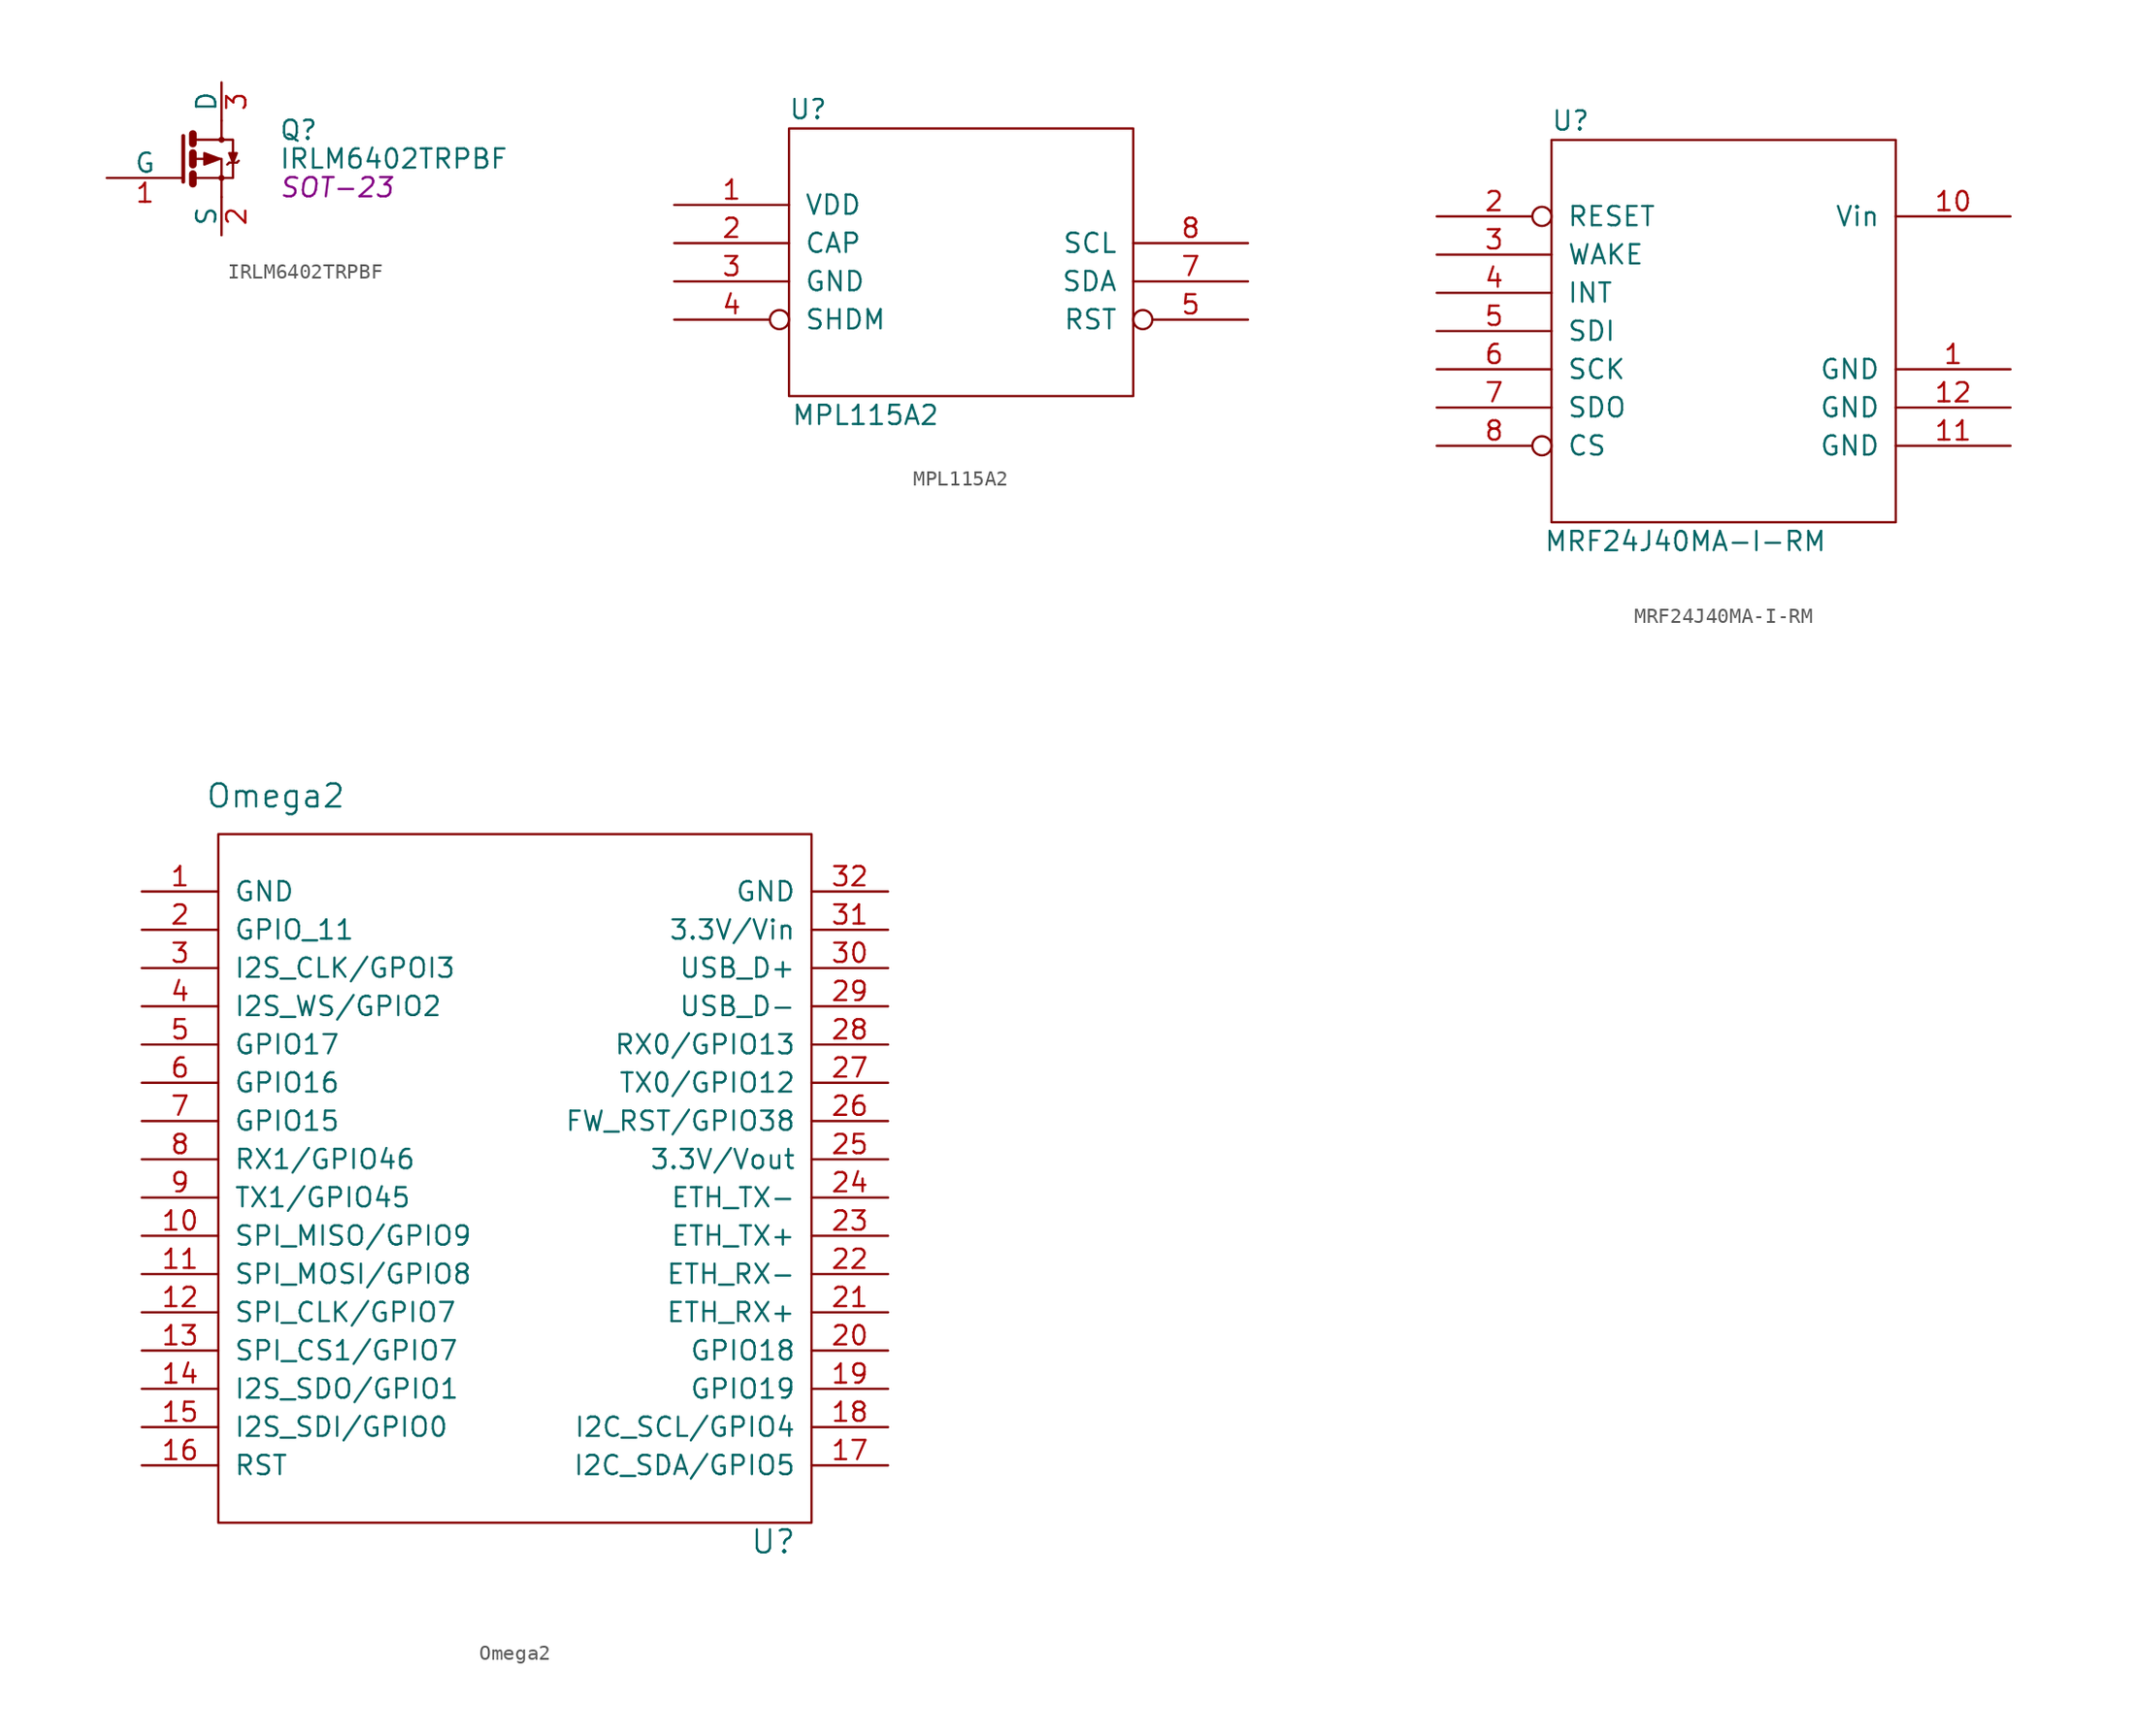
<source format=kicad_sym>
(kicad_symbol_lib
  (version 20220914)
  (generator kicad_symbol_editor)
  (symbol "IRLM6402TRPBF"
    (pin_names
      (offset 0))
    (property "Reference" "Q"
      (at 6.35 1.905 0)
      (effects (font (size 1.27 1.27)) (justify left)))
    (property "Value" "IRLM6402TRPBF"
      (at 6.35 0 0)
      (effects (font (size 1.27 1.27)) (justify left)))
    (property "Footprint" "SOT-23"
      (at 6.35 -1.905 0)
      (effects (font (size 1.27 1.27) italic) (justify left)))
    (property "Datasheet" ""
      (at 0 0 0)
      (effects (font (size 1.27 1.27)) (justify left)))
    (symbol "IRLM6402TRPBF_0_1"
      (polyline (pts (xy 0.635 -1.016) (xy 0.635 -1.651)) (stroke (width 0.508) (type solid)) (fill (type none)))
      (polyline (pts (xy 0.635 0.381) (xy 0.635 -0.381)) (stroke (width 0.508) (type solid)) (fill (type none)))
      (polyline (pts (xy 0.635 1.651) (xy 0.635 1.016)) (stroke (width 0.508) (type solid)) (fill (type none)))
      (polyline (pts (xy 3.048 -0.254) (xy 2.921 -0.381)) (stroke (width 0) (type solid)) (fill (type none)))
      (polyline (pts (xy 3.556 -0.254) (xy 3.048 -0.254)) (stroke (width 0) (type solid)) (fill (type none)))
      (polyline (pts (xy 3.556 -0.254) (xy 3.683 -0.127)) (stroke (width 0) (type solid)) (fill (type none)))
      (polyline (pts (xy 0 1.524) (xy 0 -1.524) (xy 0 -1.524)) (stroke (width 0.254) (type solid)) (fill (type none)))
      (polyline (pts (xy 0.762 -1.27) (xy 2.54 -1.27) (xy 2.54 -2.54) (xy 2.54 -2.54)) (stroke (width 0) (type solid)) (fill (type none)))
      (polyline (pts (xy 0.762 0) (xy 2.54 0) (xy 2.54 -1.27) (xy 2.54 -1.27)) (stroke (width 0) (type solid)) (fill (type none)))
      (polyline (pts (xy 0.762 1.27) (xy 2.54 1.27) (xy 2.54 2.54) (xy 2.54 2.54)) (stroke (width 0) (type solid)) (fill (type none)))
      (polyline (pts (xy 1.397 0.381) (xy 1.397 -0.381) (xy 2.413 0) (xy 1.397 0.381)) (stroke (width 0) (type solid)) (fill (type outline)))
      (polyline (pts (xy 2.54 1.27) (xy 3.302 1.27) (xy 3.302 -1.27) (xy 2.54 -1.27)) (stroke (width 0) (type solid)) (fill (type none)))
      (polyline (pts (xy 3.302 -0.254) (xy 3.556 0.381) (xy 3.048 0.381) (xy 3.302 -0.254)) (stroke (width 0) (type solid)) (fill (type outline)))
      (circle (center 2.54 -1.27) (radius 0.127) (stroke (width 0) (type solid)) (fill (type none)))
      (circle (center 2.54 1.27) (radius 0.127) (stroke (width 0) (type solid)) (fill (type none))))
    (symbol "IRLM6402TRPBF_1_1"
      (pin input line (at -5.08 -1.27 0) (length 5.08) (name "G" (effects (font (size 1.27 1.27)))) (number "1" (effects (font (size 1.27 1.27)))))
      (pin passive line (at 2.54 -5.08 90) (length 2.54) (name "S" (effects (font (size 1.27 1.27)))) (number "2" (effects (font (size 1.27 1.27)))))
      (pin passive line (at 2.54 5.08 270) (length 2.54) (name "D" (effects (font (size 1.27 1.27)))) (number "3" (effects (font (size 1.27 1.27)))))))
  (symbol "MPL115A2"
    (pin_names
      (offset 1.016))
    (property "Reference" "U"
      (at -10.16 10.16 0)
      (effects (font (size 1.27 1.27))))
    (property "Value" "MPL115A2"
      (at -6.35 -10.16 0)
      (effects (font (size 1.27 1.27))))
    (symbol "MPL115A2_1_0"
      (rectangle (start -11.43 -8.89) (end 11.43 8.89) (stroke (width 0) (type solid)) (fill (type none))))
    (symbol "MPL115A2_1_1"
      (pin power_in line (at -19.05 3.81 0) (length 7.62) (name "VDD" (effects (font (size 1.27 1.27)))) (number "1" (effects (font (size 1.27 1.27)))))
      (pin input line (at -19.05 1.27 0) (length 7.62) (name "CAP" (effects (font (size 1.27 1.27)))) (number "2" (effects (font (size 1.27 1.27)))))
      (pin power_in line (at -19.05 -1.27 0) (length 7.62) (name "GND" (effects (font (size 1.27 1.27)))) (number "3" (effects (font (size 1.27 1.27)))))
      (pin input inverted (at -19.05 -3.81 0) (length 7.62) (name "SHDM" (effects (font (size 1.27 1.27)))) (number "4" (effects (font (size 1.27 1.27)))))
      (pin input inverted (at 19.05 -3.81 180) (length 7.62) (name "RST" (effects (font (size 1.27 1.27)))) (number "5" (effects (font (size 1.27 1.27)))))
      (pin open_collector line (at 19.05 -1.27 180) (length 7.62) (name "SDA" (effects (font (size 1.27 1.27)))) (number "7" (effects (font (size 1.27 1.27)))))
      (pin open_collector line (at 19.05 1.27 180) (length 7.62) (name "SCL" (effects (font (size 1.27 1.27)))) (number "8" (effects (font (size 1.27 1.27)))))))
  (symbol "MRF24J40MA-I-RM"
    (pin_names
      (offset 1.016))
    (property "Reference" "U"
      (at -10.16 13.97 0)
      (effects (font (size 1.27 1.27))))
    (property "Value" "MRF24J40MA-I-RM"
      (at -2.54 -13.97 0)
      (effects (font (size 1.27 1.27))))
    (symbol "MRF24J40MA-I-RM_1_0"
      (rectangle (start -11.43 -12.7) (end 11.43 12.7) (stroke (width 0) (type solid)) (fill (type none))))
    (symbol "MRF24J40MA-I-RM_1_1"
      (pin power_in line (at 19.05 -2.54 180) (length 7.62) (name "GND" (effects (font (size 1.27 1.27)))) (number "1" (effects (font (size 1.27 1.27)))))
      (pin power_in line (at 19.05 7.62 180) (length 7.62) (name "Vin" (effects (font (size 1.27 1.27)))) (number "10" (effects (font (size 1.27 1.27)))))
      (pin power_in line (at 19.05 -7.62 180) (length 7.62) (name "GND" (effects (font (size 1.27 1.27)))) (number "11" (effects (font (size 1.27 1.27)))))
      (pin power_in line (at 19.05 -5.08 180) (length 7.62) (name "GND" (effects (font (size 1.27 1.27)))) (number "12" (effects (font (size 1.27 1.27)))))
      (pin input inverted (at -19.05 7.62 0) (length 7.62) (name "RESET" (effects (font (size 1.27 1.27)))) (number "2" (effects (font (size 1.27 1.27)))))
      (pin input line (at -19.05 5.08 0) (length 7.62) (name "WAKE" (effects (font (size 1.27 1.27)))) (number "3" (effects (font (size 1.27 1.27)))))
      (pin output line (at -19.05 2.54 0) (length 7.62) (name "INT" (effects (font (size 1.27 1.27)))) (number "4" (effects (font (size 1.27 1.27)))))
      (pin input line (at -19.05 0 0) (length 7.62) (name "SDI" (effects (font (size 1.27 1.27)))) (number "5" (effects (font (size 1.27 1.27)))))
      (pin input line (at -19.05 -2.54 0) (length 7.62) (name "SCK" (effects (font (size 1.27 1.27)))) (number "6" (effects (font (size 1.27 1.27)))))
      (pin output line (at -19.05 -5.08 0) (length 7.62) (name "SDO" (effects (font (size 1.27 1.27)))) (number "7" (effects (font (size 1.27 1.27)))))
      (pin input inverted (at -19.05 -7.62 0) (length 7.62) (name "CS" (effects (font (size 1.27 1.27)))) (number "8" (effects (font (size 1.27 1.27)))))))
  (symbol "Omega2"
    (pin_names
      (offset 1.016))
    (property "Reference" "U"
      (at 41.91 0 0)
      (effects (font (size 1.524 1.524))))
    (property "Value" "Omega2"
      (at 8.89 49.53 0)
      (effects (font (size 1.524 1.524))))
    (symbol "Omega2_0_1"
      (rectangle (start 44.45 1.27) (end 5.08 46.99) (stroke (width 0) (type solid)) (fill (type none))))
    (symbol "Omega2_1_1"
      (pin input line (at 0 43.18 0) (length 5.08) (name "GND" (effects (font (size 1.27 1.27)))) (number "1" (effects (font (size 1.27 1.27)))))
      (pin input line (at 0 20.32 0) (length 5.08) (name "SPI_MISO/GPIO9" (effects (font (size 1.27 1.27)))) (number "10" (effects (font (size 1.27 1.27)))))
      (pin input line (at 0 17.78 0) (length 5.08) (name "SPI_MOSI/GPIO8" (effects (font (size 1.27 1.27)))) (number "11" (effects (font (size 1.27 1.27)))))
      (pin input line (at 0 15.24 0) (length 5.08) (name "SPI_CLK/GPIO7" (effects (font (size 1.27 1.27)))) (number "12" (effects (font (size 1.27 1.27)))))
      (pin input line (at 0 12.7 0) (length 5.08) (name "SPI_CS1/GPIO7" (effects (font (size 1.27 1.27)))) (number "13" (effects (font (size 1.27 1.27)))))
      (pin input line (at 0 10.16 0) (length 5.08) (name "I2S_SDO/GPIO1" (effects (font (size 1.27 1.27)))) (number "14" (effects (font (size 1.27 1.27)))))
      (pin input line (at 0 7.62 0) (length 5.08) (name "I2S_SDI/GPIO0" (effects (font (size 1.27 1.27)))) (number "15" (effects (font (size 1.27 1.27)))))
      (pin input line (at 0 5.08 0) (length 5.08) (name "RST" (effects (font (size 1.27 1.27)))) (number "16" (effects (font (size 1.27 1.27)))))
      (pin input line (at 49.53 5.08 180) (length 5.08) (name "I2C_SDA/GPIO5" (effects (font (size 1.27 1.27)))) (number "17" (effects (font (size 1.27 1.27)))))
      (pin input line (at 49.53 7.62 180) (length 5.08) (name "I2C_SCL/GPIO4" (effects (font (size 1.27 1.27)))) (number "18" (effects (font (size 1.27 1.27)))))
      (pin input line (at 49.53 10.16 180) (length 5.08) (name "GPIO19" (effects (font (size 1.27 1.27)))) (number "19" (effects (font (size 1.27 1.27)))))
      (pin input line (at 0 40.64 0) (length 5.08) (name "GPIO_11" (effects (font (size 1.27 1.27)))) (number "2" (effects (font (size 1.27 1.27)))))
      (pin input line (at 49.53 12.7 180) (length 5.08) (name "GPIO18" (effects (font (size 1.27 1.27)))) (number "20" (effects (font (size 1.27 1.27)))))
      (pin input line (at 49.53 15.24 180) (length 5.08) (name "ETH_RX+" (effects (font (size 1.27 1.27)))) (number "21" (effects (font (size 1.27 1.27)))))
      (pin input line (at 49.53 17.78 180) (length 5.08) (name "ETH_RX-" (effects (font (size 1.27 1.27)))) (number "22" (effects (font (size 1.27 1.27)))))
      (pin input line (at 49.53 20.32 180) (length 5.08) (name "ETH_TX+" (effects (font (size 1.27 1.27)))) (number "23" (effects (font (size 1.27 1.27)))))
      (pin input line (at 49.53 22.86 180) (length 5.08) (name "ETH_TX-" (effects (font (size 1.27 1.27)))) (number "24" (effects (font (size 1.27 1.27)))))
      (pin input line (at 49.53 25.4 180) (length 5.08) (name "3.3V/Vout" (effects (font (size 1.27 1.27)))) (number "25" (effects (font (size 1.27 1.27)))))
      (pin input line (at 49.53 27.94 180) (length 5.08) (name "FW_RST/GPIO38" (effects (font (size 1.27 1.27)))) (number "26" (effects (font (size 1.27 1.27)))))
      (pin input line (at 49.53 30.48 180) (length 5.08) (name "TX0/GPIO12" (effects (font (size 1.27 1.27)))) (number "27" (effects (font (size 1.27 1.27)))))
      (pin input line (at 49.53 33.02 180) (length 5.08) (name "RX0/GPIO13" (effects (font (size 1.27 1.27)))) (number "28" (effects (font (size 1.27 1.27)))))
      (pin input line (at 49.53 35.56 180) (length 5.08) (name "USB_D-" (effects (font (size 1.27 1.27)))) (number "29" (effects (font (size 1.27 1.27)))))
      (pin input line (at 0 38.1 0) (length 5.08) (name "I2S_CLK/GPOI3" (effects (font (size 1.27 1.27)))) (number "3" (effects (font (size 1.27 1.27)))))
      (pin input line (at 49.53 38.1 180) (length 5.08) (name "USB_D+" (effects (font (size 1.27 1.27)))) (number "30" (effects (font (size 1.27 1.27)))))
      (pin input line (at 49.53 40.64 180) (length 5.08) (name "3.3V/Vin" (effects (font (size 1.27 1.27)))) (number "31" (effects (font (size 1.27 1.27)))))
      (pin input line (at 49.53 43.18 180) (length 5.08) (name "GND" (effects (font (size 1.27 1.27)))) (number "32" (effects (font (size 1.27 1.27)))))
      (pin input line (at 0 35.56 0) (length 5.08) (name "I2S_WS/GPIO2" (effects (font (size 1.27 1.27)))) (number "4" (effects (font (size 1.27 1.27)))))
      (pin input line (at 0 33.02 0) (length 5.08) (name "GPIO17" (effects (font (size 1.27 1.27)))) (number "5" (effects (font (size 1.27 1.27)))))
      (pin input line (at 0 30.48 0) (length 5.08) (name "GPIO16" (effects (font (size 1.27 1.27)))) (number "6" (effects (font (size 1.27 1.27)))))
      (pin input line (at 0 27.94 0) (length 5.08) (name "GPIO15" (effects (font (size 1.27 1.27)))) (number "7" (effects (font (size 1.27 1.27)))))
      (pin input line (at 0 25.4 0) (length 5.08) (name "RX1/GPIO46" (effects (font (size 1.27 1.27)))) (number "8" (effects (font (size 1.27 1.27)))))
      (pin input line (at 0 22.86 0) (length 5.08) (name "TX1/GPIO45" (effects (font (size 1.27 1.27)))) (number "9" (effects (font (size 1.27 1.27))))))))
</source>
